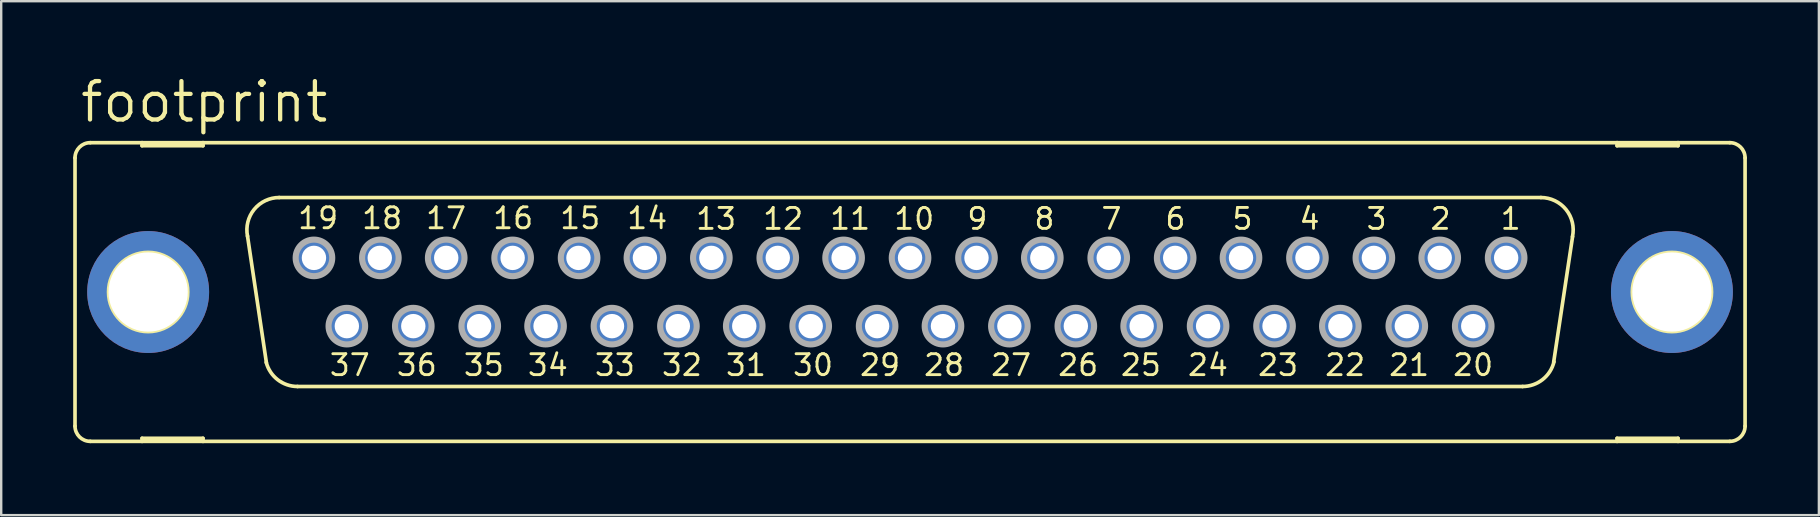
<source format=kicad_pcb>
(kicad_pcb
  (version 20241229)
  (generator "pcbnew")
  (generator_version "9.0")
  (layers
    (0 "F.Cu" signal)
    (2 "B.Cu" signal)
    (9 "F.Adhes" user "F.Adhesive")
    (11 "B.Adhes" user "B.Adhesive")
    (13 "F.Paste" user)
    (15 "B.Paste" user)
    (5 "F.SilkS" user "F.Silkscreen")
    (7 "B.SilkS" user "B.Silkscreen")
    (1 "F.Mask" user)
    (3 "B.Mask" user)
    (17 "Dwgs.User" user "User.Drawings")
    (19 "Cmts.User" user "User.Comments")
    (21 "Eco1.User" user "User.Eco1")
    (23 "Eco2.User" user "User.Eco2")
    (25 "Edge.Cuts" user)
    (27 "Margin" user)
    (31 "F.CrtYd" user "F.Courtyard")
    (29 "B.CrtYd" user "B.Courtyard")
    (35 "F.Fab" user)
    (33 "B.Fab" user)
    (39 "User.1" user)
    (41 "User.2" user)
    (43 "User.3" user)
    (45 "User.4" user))
  (footprint "footprint"
    (layer "F.Cu")
    (at 34.874 9.119)
    (property "Reference" "footprint" (at -34.671 -6.985 0) (layer "F.SilkS") (effects (font (size 1.6 1.6) (thickness 0.178)) (justify left bottom)))
    (fp_line (start -34.798 -5.588) (end -34.798 5.588) (stroke (width 0.152) (type solid)) (layer "F.SilkS"))
    (fp_line (start -34.163 6.223) (end -32.004 6.223) (stroke (width 0.152) (type solid)) (layer "F.SilkS"))
    (fp_line (start -32.004 -6.223) (end -34.163 -6.223) (stroke (width 0.152) (type solid)) (layer "F.SilkS"))
    (fp_line (start -32.004 -6.223) (end -32.004 -6.096) (stroke (width 0.152) (type solid)) (layer "F.SilkS"))
    (fp_line (start -32.004 -6.096) (end -29.464 -6.096) (stroke (width 0.152) (type solid)) (layer "F.SilkS"))
    (fp_line (start -32.004 6.096) (end -29.464 6.096) (stroke (width 0.152) (type solid)) (layer "F.SilkS"))
    (fp_line (start -32.004 6.223) (end -32.004 6.096) (stroke (width 0.152) (type solid)) (layer "F.SilkS"))
    (fp_line (start -32.004 6.223) (end -29.464 6.223) (stroke (width 0.152) (type solid)) (layer "F.SilkS"))
    (fp_line (start -29.464 -6.223) (end -32.004 -6.223) (stroke (width 0.152) (type solid)) (layer "F.SilkS"))
    (fp_line (start -29.464 -6.096) (end -29.464 -6.223) (stroke (width 0.152) (type solid)) (layer "F.SilkS"))
    (fp_line (start -29.464 6.096) (end -29.464 6.223) (stroke (width 0.152) (type solid)) (layer "F.SilkS"))
    (fp_line (start -29.464 6.223) (end 29.464 6.223) (stroke (width 0.152) (type solid)) (layer "F.SilkS"))
    (fp_line (start -26.822 2.946) (end -27.61 -2.337) (stroke (width 0.152) (type solid)) (layer "F.SilkS"))
    (fp_line (start -26.289 -3.937) (end 26.289 -3.937) (stroke (width 0.152) (type solid)) (layer "F.SilkS"))
    (fp_line (start -25.527 3.937) (end 25.527 3.937) (stroke (width 0.152) (type solid)) (layer "F.SilkS"))
    (fp_line (start 27.61 -2.311) (end 26.822 2.921) (stroke (width 0.152) (type solid)) (layer "F.SilkS"))
    (fp_line (start 29.464 -6.223) (end -29.464 -6.223) (stroke (width 0.152) (type solid)) (layer "F.SilkS"))
    (fp_line (start 29.464 -6.223) (end 29.464 -6.096) (stroke (width 0.152) (type solid)) (layer "F.SilkS"))
    (fp_line (start 29.464 -6.096) (end 32.004 -6.096) (stroke (width 0.152) (type solid)) (layer "F.SilkS"))
    (fp_line (start 29.464 6.096) (end 32.004 6.096) (stroke (width 0.152) (type solid)) (layer "F.SilkS"))
    (fp_line (start 29.464 6.223) (end 29.464 6.096) (stroke (width 0.152) (type solid)) (layer "F.SilkS"))
    (fp_line (start 29.464 6.223) (end 32.004 6.223) (stroke (width 0.152) (type solid)) (layer "F.SilkS"))
    (fp_line (start 32.004 -6.223) (end 29.464 -6.223) (stroke (width 0.152) (type solid)) (layer "F.SilkS"))
    (fp_line (start 32.004 -6.096) (end 32.004 -6.223) (stroke (width 0.152) (type solid)) (layer "F.SilkS"))
    (fp_line (start 32.004 6.096) (end 32.004 6.223) (stroke (width 0.152) (type solid)) (layer "F.SilkS"))
    (fp_line (start 32.004 6.223) (end 34.163 6.223) (stroke (width 0.152) (type solid)) (layer "F.SilkS"))
    (fp_line (start 34.163 -6.223) (end 32.004 -6.223) (stroke (width 0.152) (type solid)) (layer "F.SilkS"))
    (fp_line (start 34.798 -5.588) (end 34.798 5.588) (stroke (width 0.152) (type solid)) (layer "F.SilkS"))
    (fp_arc (start -34.798 -5.588) (mid -34.612013 -6.037013) (end -34.163 -6.223) (stroke (width 0.1524) (type solid)) (layer "F.SilkS"))
    (fp_arc (start -34.163 6.223) (mid -34.612013 6.037013) (end -34.798 5.588) (stroke (width 0.1524) (type solid)) (layer "F.SilkS"))
    (fp_arc (start -27.6091 -2.3268) (mid -27.330082 -3.444284) (end -26.289 -3.937) (stroke (width 0.1524) (type solid)) (layer "F.SilkS"))
    (fp_arc (start -25.527 3.937) (mid -26.3505 3.655745) (end -26.8299 2.9295) (stroke (width 0.1524) (type solid)) (layer "F.SilkS"))
    (fp_arc (start 26.289 -3.937) (mid 27.337557 -3.435183) (end 27.604499 -2.303798) (stroke (width 0.1524) (type solid)) (layer "F.SilkS"))
    (fp_arc (start 26.835701 2.904999) (mid 26.360257 3.647874) (end 25.527 3.937) (stroke (width 0.1524) (type solid)) (layer "F.SilkS"))
    (fp_arc (start 34.163 -6.223) (mid 34.612013 -6.037013) (end 34.798 -5.588) (stroke (width 0.1524) (type solid)) (layer "F.SilkS"))
    (fp_arc (start 34.798 5.588) (mid 34.612013 6.037013) (end 34.163 6.223) (stroke (width 0.1524) (type solid)) (layer "F.SilkS"))
    (fp_circle (center -31.75 0) (end -30.099 0) (stroke (width 0.152) (type solid)) (fill no) (layer "F.SilkS"))
    (fp_circle (center 31.75 0) (end 33.401 0) (stroke (width 0.152) (type solid)) (fill no) (layer "F.SilkS"))
    (fp_circle (center -24.841 -1.422) (end -24.079 -1.422) (stroke (width 0.254) (type solid)) (fill no) (layer "F.Fab"))
    (fp_circle (center -23.47 1.422) (end -22.708 1.422) (stroke (width 0.254) (type solid)) (fill no) (layer "F.Fab"))
    (fp_circle (center -22.073 -1.422) (end -21.311 -1.422) (stroke (width 0.254) (type solid)) (fill no) (layer "F.Fab"))
    (fp_circle (center -20.701 1.422) (end -19.939 1.422) (stroke (width 0.254) (type solid)) (fill no) (layer "F.Fab"))
    (fp_circle (center -19.329 -1.422) (end -18.567 -1.422) (stroke (width 0.254) (type solid)) (fill no) (layer "F.Fab"))
    (fp_circle (center -17.932 1.422) (end -17.17 1.422) (stroke (width 0.254) (type solid)) (fill no) (layer "F.Fab"))
    (fp_circle (center -16.561 -1.422) (end -15.799 -1.422) (stroke (width 0.254) (type solid)) (fill no) (layer "F.Fab"))
    (fp_circle (center -15.189 1.422) (end -14.427 1.422) (stroke (width 0.254) (type solid)) (fill no) (layer "F.Fab"))
    (fp_circle (center -13.792 -1.422) (end -13.03 -1.422) (stroke (width 0.254) (type solid)) (fill no) (layer "F.Fab"))
    (fp_circle (center -12.421 1.422) (end -11.659 1.422) (stroke (width 0.254) (type solid)) (fill no) (layer "F.Fab"))
    (fp_circle (center -11.049 -1.422) (end -10.287 -1.422) (stroke (width 0.254) (type solid)) (fill no) (layer "F.Fab"))
    (fp_circle (center -9.652 1.422) (end -8.89 1.422) (stroke (width 0.254) (type solid)) (fill no) (layer "F.Fab"))
    (fp_circle (center -8.28 -1.422) (end -7.518 -1.422) (stroke (width 0.254) (type solid)) (fill no) (layer "F.Fab"))
    (fp_circle (center -6.909 1.422) (end -6.147 1.422) (stroke (width 0.254) (type solid)) (fill no) (layer "F.Fab"))
    (fp_circle (center -5.512 -1.422) (end -4.75 -1.422) (stroke (width 0.254) (type solid)) (fill no) (layer "F.Fab"))
    (fp_circle (center -4.14 1.422) (end -3.378 1.422) (stroke (width 0.254) (type solid)) (fill no) (layer "F.Fab"))
    (fp_circle (center -2.769 -1.422) (end -2.007 -1.422) (stroke (width 0.254) (type solid)) (fill no) (layer "F.Fab"))
    (fp_circle (center -1.372 1.422) (end -0.61 1.422) (stroke (width 0.254) (type solid)) (fill no) (layer "F.Fab"))
    (fp_circle (center 0 -1.422) (end 0.762 -1.422) (stroke (width 0.254) (type solid)) (fill no) (layer "F.Fab"))
    (fp_circle (center 1.372 1.422) (end 2.134 1.422) (stroke (width 0.254) (type solid)) (fill no) (layer "F.Fab"))
    (fp_circle (center 2.769 -1.422) (end 3.531 -1.422) (stroke (width 0.254) (type solid)) (fill no) (layer "F.Fab"))
    (fp_circle (center 4.14 1.422) (end 4.902 1.422) (stroke (width 0.254) (type solid)) (fill no) (layer "F.Fab"))
    (fp_circle (center 5.512 -1.422) (end 6.274 -1.422) (stroke (width 0.254) (type solid)) (fill no) (layer "F.Fab"))
    (fp_circle (center 6.909 1.422) (end 7.671 1.422) (stroke (width 0.254) (type solid)) (fill no) (layer "F.Fab"))
    (fp_circle (center 8.28 -1.422) (end 9.042 -1.422) (stroke (width 0.254) (type solid)) (fill no) (layer "F.Fab"))
    (fp_circle (center 9.652 1.422) (end 10.414 1.422) (stroke (width 0.254) (type solid)) (fill no) (layer "F.Fab"))
    (fp_circle (center 11.049 -1.422) (end 11.811 -1.422) (stroke (width 0.254) (type solid)) (fill no) (layer "F.Fab"))
    (fp_circle (center 12.421 1.422) (end 13.183 1.422) (stroke (width 0.254) (type solid)) (fill no) (layer "F.Fab"))
    (fp_circle (center 13.792 -1.422) (end 14.554 -1.422) (stroke (width 0.254) (type solid)) (fill no) (layer "F.Fab"))
    (fp_circle (center 15.189 1.422) (end 15.951 1.422) (stroke (width 0.254) (type solid)) (fill no) (layer "F.Fab"))
    (fp_circle (center 16.561 -1.422) (end 17.323 -1.422) (stroke (width 0.254) (type solid)) (fill no) (layer "F.Fab"))
    (fp_circle (center 17.932 1.422) (end 18.694 1.422) (stroke (width 0.254) (type solid)) (fill no) (layer "F.Fab"))
    (fp_circle (center 19.329 -1.422) (end 20.091 -1.422) (stroke (width 0.254) (type solid)) (fill no) (layer "F.Fab"))
    (fp_circle (center 20.701 1.422) (end 21.463 1.422) (stroke (width 0.254) (type solid)) (fill no) (layer "F.Fab"))
    (fp_circle (center 22.073 -1.422) (end 22.835 -1.422) (stroke (width 0.254) (type solid)) (fill no) (layer "F.Fab"))
    (fp_circle (center 23.47 1.422) (end 24.232 1.422) (stroke (width 0.254) (type solid)) (fill no) (layer "F.Fab"))
    (fp_circle (center 24.841 -1.422) (end 25.603 -1.422) (stroke (width 0.254) (type solid)) (fill no) (layer "F.Fab"))
    (fp_text user "6" (at 10.566 -2.54 0) (layer "F.SilkS") (effects (font (size 0.872 0.872) (thickness 0.119)) (justify left bottom)))
    (fp_text user "23" (at 14.427 3.556 0) (layer "F.SilkS") (effects (font (size 0.872 0.872) (thickness 0.119)) (justify left bottom)))
    (fp_text user "18" (at -22.911 -2.565 0) (layer "F.SilkS") (effects (font (size 0.872 0.872) (thickness 0.119)) (justify left bottom)))
    (fp_text user "32" (at -10.414 3.556 0) (layer "F.SilkS") (effects (font (size 0.872 0.872) (thickness 0.119)) (justify left bottom)))
    (fp_text user "17" (at -20.244 -2.565 0) (layer "F.SilkS") (effects (font (size 0.872 0.872) (thickness 0.119)) (justify left bottom)))
    (fp_text user "31" (at -7.747 3.556 0) (layer "F.SilkS") (effects (font (size 0.872 0.872) (thickness 0.119)) (justify left bottom)))
    (fp_text user "29" (at -2.159 3.556 0) (layer "F.SilkS") (effects (font (size 0.872 0.872) (thickness 0.119)) (justify left bottom)))
    (fp_text user "14" (at -11.862 -2.565 0) (layer "F.SilkS") (effects (font (size 0.872 0.872) (thickness 0.119)) (justify left bottom)))
    (fp_text user "27" (at 3.302 3.556 0) (layer "F.SilkS") (effects (font (size 0.872 0.872) (thickness 0.119)) (justify left bottom)))
    (fp_text user "28" (at 0.508 3.556 0) (layer "F.SilkS") (effects (font (size 0.872 0.872) (thickness 0.119)) (justify left bottom)))
    (fp_text user "16" (at -17.45 -2.565 0) (layer "F.SilkS") (effects (font (size 0.872 0.872) (thickness 0.119)) (justify left bottom)))
    (fp_text user "13" (at -8.992 -2.54 0) (layer "F.SilkS") (effects (font (size 0.872 0.872) (thickness 0.119)) (justify left bottom)))
    (fp_text user "2" (at 21.615 -2.54 0) (layer "F.SilkS") (effects (font (size 0.872 0.872) (thickness 0.119)) (justify left bottom)))
    (fp_text user "35" (at -18.669 3.556 0) (layer "F.SilkS") (effects (font (size 0.872 0.872) (thickness 0.119)) (justify left bottom)))
    (fp_text user "5" (at 13.36 -2.54 0) (layer "F.SilkS") (effects (font (size 0.872 0.872) (thickness 0.119)) (justify left bottom)))
    (fp_text user "21" (at 19.888 3.556 0) (layer "F.SilkS") (effects (font (size 0.872 0.872) (thickness 0.119)) (justify left bottom)))
    (fp_text user "25" (at 8.712 3.556 0) (layer "F.SilkS") (effects (font (size 0.872 0.872) (thickness 0.119)) (justify left bottom)))
    (fp_text user "36" (at -21.463 3.556 0) (layer "F.SilkS") (effects (font (size 0.872 0.872) (thickness 0.119)) (justify left bottom)))
    (fp_text user "24" (at 11.506 3.556 0) (layer "F.SilkS") (effects (font (size 0.872 0.872) (thickness 0.119)) (justify left bottom)))
    (fp_text user "37" (at -24.257 3.556 0) (layer "F.SilkS") (effects (font (size 0.872 0.872) (thickness 0.119)) (justify left bottom)))
    (fp_text user "8" (at 5.105 -2.54 0) (layer "F.SilkS") (effects (font (size 0.872 0.872) (thickness 0.119)) (justify left bottom)))
    (fp_text user "7" (at 7.899 -2.54 0) (layer "F.SilkS") (effects (font (size 0.872 0.872) (thickness 0.119)) (justify left bottom)))
    (fp_text user "33" (at -13.208 3.556 0) (layer "F.SilkS") (effects (font (size 0.872 0.872) (thickness 0.119)) (justify left bottom)))
    (fp_text user "9" (at 2.311 -2.54 0) (layer "F.SilkS") (effects (font (size 0.872 0.872) (thickness 0.119)) (justify left bottom)))
    (fp_text user "12" (at -6.198 -2.54 0) (layer "F.SilkS") (effects (font (size 0.872 0.872) (thickness 0.119)) (justify left bottom)))
    (fp_text user "1" (at 24.536 -2.54 0) (layer "F.SilkS") (effects (font (size 0.872 0.872) (thickness 0.119)) (justify left bottom)))
    (fp_text user "15" (at -14.656 -2.565 0) (layer "F.SilkS") (effects (font (size 0.872 0.872) (thickness 0.119)) (justify left bottom)))
    (fp_text user "3" (at 18.948 -2.54 0) (layer "F.SilkS") (effects (font (size 0.872 0.872) (thickness 0.119)) (justify left bottom)))
    (fp_text user "22" (at 17.221 3.556 0) (layer "F.SilkS") (effects (font (size 0.872 0.872) (thickness 0.119)) (justify left bottom)))
    (fp_text user "11" (at -3.404 -2.54 0) (layer "F.SilkS") (effects (font (size 0.872 0.872) (thickness 0.119)) (justify left bottom)))
    (fp_text user "34" (at -16.002 3.556 0) (layer "F.SilkS") (effects (font (size 0.872 0.872) (thickness 0.119)) (justify left bottom)))
    (fp_text user "30" (at -4.953 3.556 0) (layer "F.SilkS") (effects (font (size 0.872 0.872) (thickness 0.119)) (justify left bottom)))
    (fp_text user "20" (at 22.555 3.556 0) (layer "F.SilkS") (effects (font (size 0.872 0.872) (thickness 0.119)) (justify left bottom)))
    (fp_text user "19" (at -25.578 -2.565 0) (layer "F.SilkS") (effects (font (size 0.872 0.872) (thickness 0.119)) (justify left bottom)))
    (fp_text user "10" (at -0.737 -2.54 0) (layer "F.SilkS") (effects (font (size 0.872 0.872) (thickness 0.119)) (justify left bottom)))
    (fp_text user "26" (at 6.096 3.556 0) (layer "F.SilkS") (effects (font (size 0.872 0.872) (thickness 0.119)) (justify left bottom)))
    (fp_text user "4" (at 16.154 -2.54 0) (layer "F.SilkS") (effects (font (size 0.872 0.872) (thickness 0.119)) (justify left bottom)))
    (pad "1" thru_hole roundrect (at 24.841 -1.422) (size 1.524 1.524) (drill 1.016) (layers "*.Cu" "*.Mask") (roundrect_rratio 0.25) (chamfer_ratio 0.25) (chamfer top_left top_right bottom_left bottom_right))
    (pad "2" thru_hole roundrect (at 22.073 -1.422) (size 1.524 1.524) (drill 1.016) (layers "*.Cu" "*.Mask") (roundrect_rratio 0.25) (chamfer_ratio 0.25) (chamfer top_left top_right bottom_left bottom_right))
    (pad "3" thru_hole roundrect (at 19.329 -1.422) (size 1.524 1.524) (drill 1.016) (layers "*.Cu" "*.Mask") (roundrect_rratio 0.25) (chamfer_ratio 0.25) (chamfer top_left top_right bottom_left bottom_right))
    (pad "4" thru_hole roundrect (at 16.561 -1.422) (size 1.524 1.524) (drill 1.016) (layers "*.Cu" "*.Mask") (roundrect_rratio 0.25) (chamfer_ratio 0.25) (chamfer top_left top_right bottom_left bottom_right))
    (pad "5" thru_hole roundrect (at 13.792 -1.422) (size 1.524 1.524) (drill 1.016) (layers "*.Cu" "*.Mask") (roundrect_rratio 0.25) (chamfer_ratio 0.25) (chamfer top_left top_right bottom_left bottom_right))
    (pad "6" thru_hole roundrect (at 11.049 -1.422) (size 1.524 1.524) (drill 1.016) (layers "*.Cu" "*.Mask") (roundrect_rratio 0.25) (chamfer_ratio 0.25) (chamfer top_left top_right bottom_left bottom_right))
    (pad "7" thru_hole roundrect (at 8.28 -1.422) (size 1.524 1.524) (drill 1.016) (layers "*.Cu" "*.Mask") (roundrect_rratio 0.25) (chamfer_ratio 0.25) (chamfer top_left top_right bottom_left bottom_right))
    (pad "8" thru_hole roundrect (at 5.512 -1.422) (size 1.524 1.524) (drill 1.016) (layers "*.Cu" "*.Mask") (roundrect_rratio 0.25) (chamfer_ratio 0.25) (chamfer top_left top_right bottom_left bottom_right))
    (pad "9" thru_hole roundrect (at 2.769 -1.422) (size 1.524 1.524) (drill 1.016) (layers "*.Cu" "*.Mask") (roundrect_rratio 0.25) (chamfer_ratio 0.25) (chamfer top_left top_right bottom_left bottom_right))
    (pad "10" thru_hole roundrect (at 0 -1.422) (size 1.524 1.524) (drill 1.016) (layers "*.Cu" "*.Mask") (roundrect_rratio 0.25) (chamfer_ratio 0.25) (chamfer top_left top_right bottom_left bottom_right))
    (pad "11" thru_hole roundrect (at -2.769 -1.422) (size 1.524 1.524) (drill 1.016) (layers "*.Cu" "*.Mask") (roundrect_rratio 0.25) (chamfer_ratio 0.25) (chamfer top_left top_right bottom_left bottom_right))
    (pad "12" thru_hole roundrect (at -5.512 -1.422) (size 1.524 1.524) (drill 1.016) (layers "*.Cu" "*.Mask") (roundrect_rratio 0.25) (chamfer_ratio 0.25) (chamfer top_left top_right bottom_left bottom_right))
    (pad "13" thru_hole roundrect (at -8.28 -1.422) (size 1.524 1.524) (drill 1.016) (layers "*.Cu" "*.Mask") (roundrect_rratio 0.25) (chamfer_ratio 0.25) (chamfer top_left top_right bottom_left bottom_right))
    (pad "14" thru_hole roundrect (at -11.049 -1.422) (size 1.524 1.524) (drill 1.016) (layers "*.Cu" "*.Mask") (roundrect_rratio 0.25) (chamfer_ratio 0.25) (chamfer top_left top_right bottom_left bottom_right))
    (pad "15" thru_hole roundrect (at -13.818 -1.422) (size 1.524 1.524) (drill 1.016) (layers "*.Cu" "*.Mask") (roundrect_rratio 0.25) (chamfer_ratio 0.25) (chamfer top_left top_right bottom_left bottom_right))
    (pad "16" thru_hole roundrect (at -16.561 -1.422) (size 1.524 1.524) (drill 1.016) (layers "*.Cu" "*.Mask") (roundrect_rratio 0.25) (chamfer_ratio 0.25) (chamfer top_left top_right bottom_left bottom_right))
    (pad "17" thru_hole roundrect (at -19.329 -1.422) (size 1.524 1.524) (drill 1.016) (layers "*.Cu" "*.Mask") (roundrect_rratio 0.25) (chamfer_ratio 0.25) (chamfer top_left top_right bottom_left bottom_right))
    (pad "18" thru_hole roundrect (at -22.098 -1.422) (size 1.524 1.524) (drill 1.016) (layers "*.Cu" "*.Mask") (roundrect_rratio 0.25) (chamfer_ratio 0.25) (chamfer top_left top_right bottom_left bottom_right))
    (pad "19" thru_hole roundrect (at -24.841 -1.422) (size 1.524 1.524) (drill 1.016) (layers "*.Cu" "*.Mask") (roundrect_rratio 0.25) (chamfer_ratio 0.25) (chamfer top_left top_right bottom_left bottom_right))
    (pad "20" thru_hole roundrect (at 23.47 1.422) (size 1.524 1.524) (drill 1.016) (layers "*.Cu" "*.Mask") (roundrect_rratio 0.25) (chamfer_ratio 0.25) (chamfer top_left top_right bottom_left bottom_right))
    (pad "21" thru_hole roundrect (at 20.701 1.422) (size 1.524 1.524) (drill 1.016) (layers "*.Cu" "*.Mask") (roundrect_rratio 0.25) (chamfer_ratio 0.25) (chamfer top_left top_right bottom_left bottom_right))
    (pad "22" thru_hole roundrect (at 17.932 1.422) (size 1.524 1.524) (drill 1.016) (layers "*.Cu" "*.Mask") (roundrect_rratio 0.25) (chamfer_ratio 0.25) (chamfer top_left top_right bottom_left bottom_right))
    (pad "23" thru_hole roundrect (at 15.189 1.422) (size 1.524 1.524) (drill 1.016) (layers "*.Cu" "*.Mask") (roundrect_rratio 0.25) (chamfer_ratio 0.25) (chamfer top_left top_right bottom_left bottom_right))
    (pad "24" thru_hole roundrect (at 12.421 1.422) (size 1.524 1.524) (drill 1.016) (layers "*.Cu" "*.Mask") (roundrect_rratio 0.25) (chamfer_ratio 0.25) (chamfer top_left top_right bottom_left bottom_right))
    (pad "25" thru_hole roundrect (at 9.652 1.422) (size 1.524 1.524) (drill 1.016) (layers "*.Cu" "*.Mask") (roundrect_rratio 0.25) (chamfer_ratio 0.25) (chamfer top_left top_right bottom_left bottom_right))
    (pad "26" thru_hole roundrect (at 6.909 1.422) (size 1.524 1.524) (drill 1.016) (layers "*.Cu" "*.Mask") (roundrect_rratio 0.25) (chamfer_ratio 0.25) (chamfer top_left top_right bottom_left bottom_right))
    (pad "27" thru_hole roundrect (at 4.14 1.422) (size 1.524 1.524) (drill 1.016) (layers "*.Cu" "*.Mask") (roundrect_rratio 0.25) (chamfer_ratio 0.25) (chamfer top_left top_right bottom_left bottom_right))
    (pad "28" thru_hole roundrect (at 1.372 1.422) (size 1.524 1.524) (drill 1.016) (layers "*.Cu" "*.Mask") (roundrect_rratio 0.25) (chamfer_ratio 0.25) (chamfer top_left top_right bottom_left bottom_right))
    (pad "29" thru_hole roundrect (at -1.372 1.422) (size 1.524 1.524) (drill 1.016) (layers "*.Cu" "*.Mask") (roundrect_rratio 0.25) (chamfer_ratio 0.25) (chamfer top_left top_right bottom_left bottom_right))
    (pad "30" thru_hole roundrect (at -4.14 1.422) (size 1.524 1.524) (drill 1.016) (layers "*.Cu" "*.Mask") (roundrect_rratio 0.25) (chamfer_ratio 0.25) (chamfer top_left top_right bottom_left bottom_right))
    (pad "31" thru_hole roundrect (at -6.909 1.422) (size 1.524 1.524) (drill 1.016) (layers "*.Cu" "*.Mask") (roundrect_rratio 0.25) (chamfer_ratio 0.25) (chamfer top_left top_right bottom_left bottom_right))
    (pad "32" thru_hole roundrect (at -9.677 1.422) (size 1.524 1.524) (drill 1.016) (layers "*.Cu" "*.Mask") (roundrect_rratio 0.25) (chamfer_ratio 0.25) (chamfer top_left top_right bottom_left bottom_right))
    (pad "33" thru_hole roundrect (at -12.421 1.422) (size 1.524 1.524) (drill 1.016) (layers "*.Cu" "*.Mask") (roundrect_rratio 0.25) (chamfer_ratio 0.25) (chamfer top_left top_right bottom_left bottom_right))
    (pad "34" thru_hole roundrect (at -15.189 1.422) (size 1.524 1.524) (drill 1.016) (layers "*.Cu" "*.Mask") (roundrect_rratio 0.25) (chamfer_ratio 0.25) (chamfer top_left top_right bottom_left bottom_right))
    (pad "35" thru_hole roundrect (at -17.958 1.422) (size 1.524 1.524) (drill 1.016) (layers "*.Cu" "*.Mask") (roundrect_rratio 0.25) (chamfer_ratio 0.25) (chamfer top_left top_right bottom_left bottom_right))
    (pad "36" thru_hole roundrect (at -20.701 1.422) (size 1.524 1.524) (drill 1.016) (layers "*.Cu" "*.Mask") (roundrect_rratio 0.25) (chamfer_ratio 0.25) (chamfer top_left top_right bottom_left bottom_right))
    (pad "37" thru_hole roundrect (at -23.47 1.422) (size 1.524 1.524) (drill 1.016) (layers "*.Cu" "*.Mask") (roundrect_rratio 0.25) (chamfer_ratio 0.25) (chamfer top_left top_right bottom_left bottom_right))
    (pad "G1" thru_hole circle (at -31.75 0) (size 5.08 5.08) (drill 3.302) (layers "*.Cu" "*.Mask"))
    (pad "G2" thru_hole circle (at 31.75 0) (size 5.08 5.08) (drill 3.302) (layers "*.Cu" "*.Mask")))
  (gr_rect
    (start -3 -3)
    (end 72.748 18.418)
    (stroke (width 0.1) (type default))
    (fill no)
    (layer "Edge.Cuts")))
</source>
